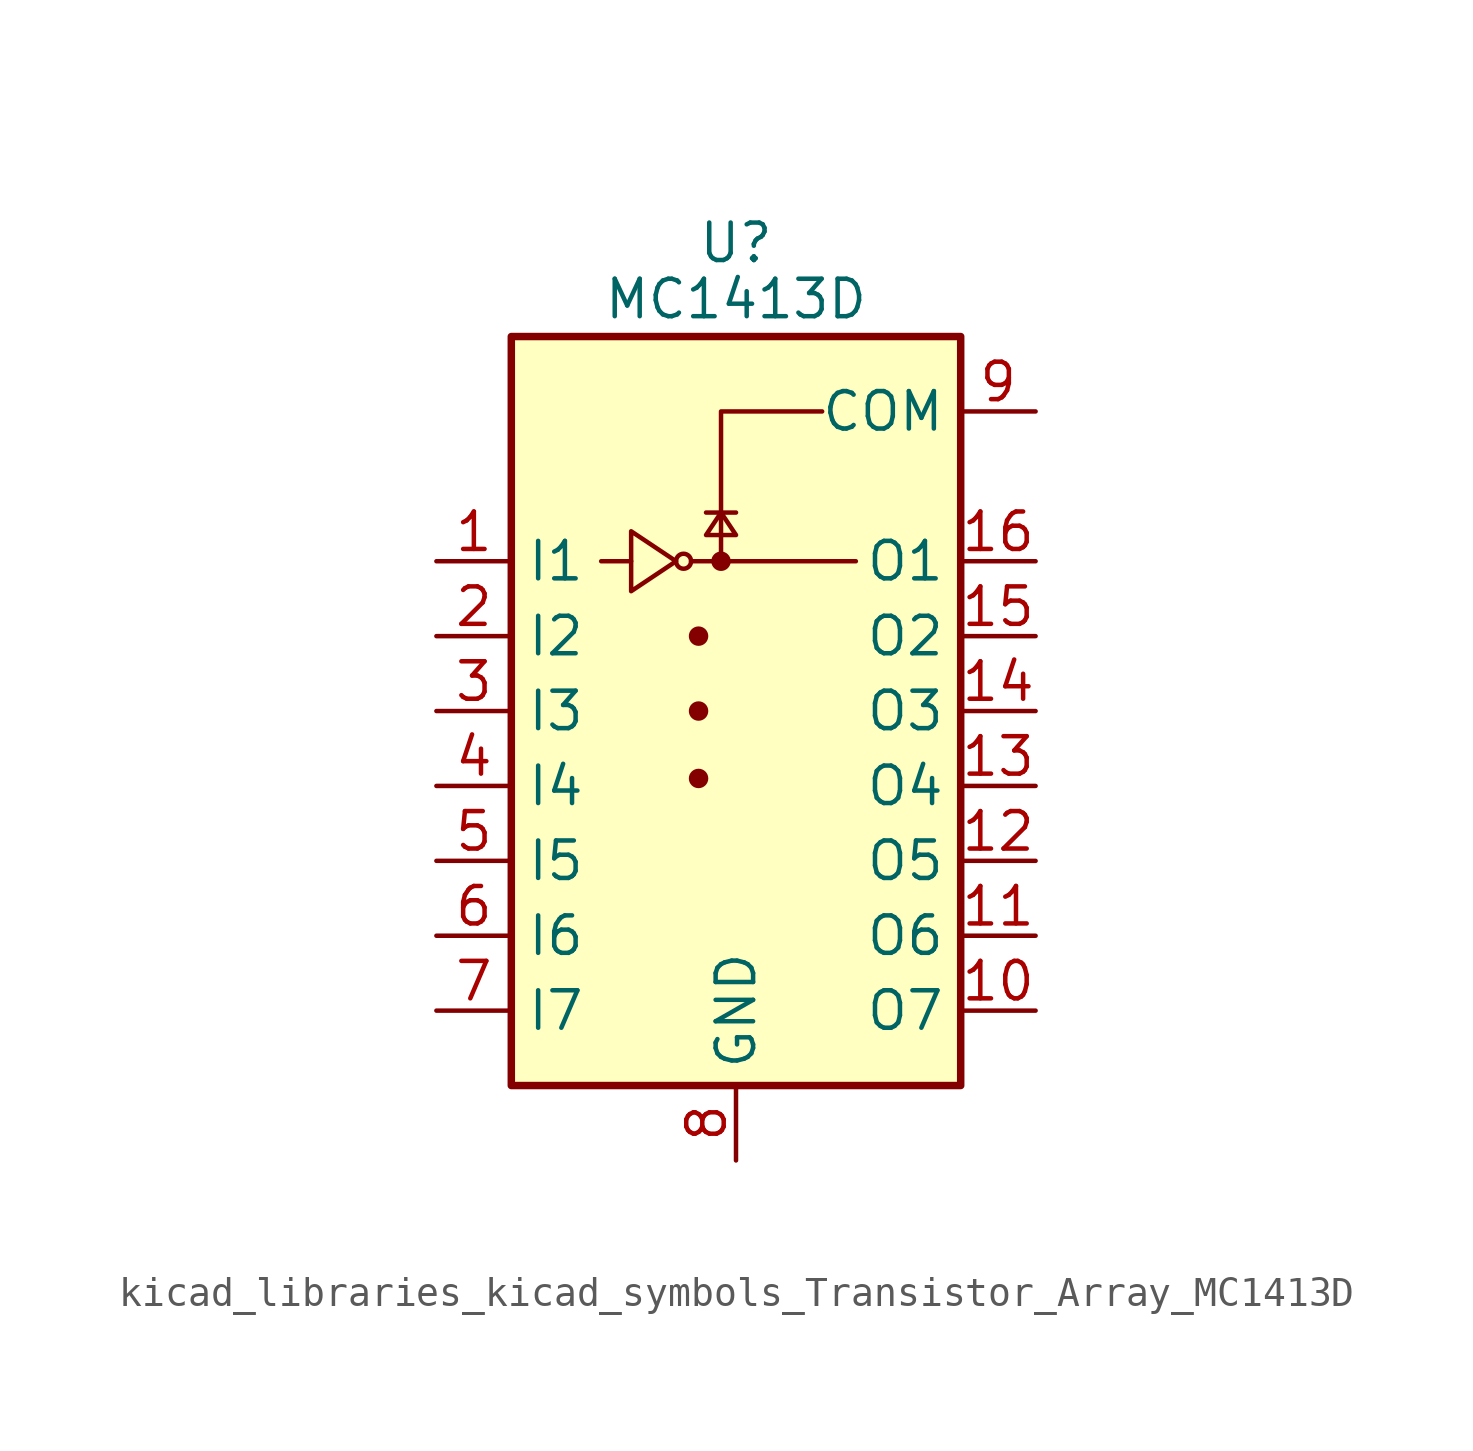
<source format=kicad_sym>
(kicad_symbol_lib
  (version 20220914)
  (generator kicad_symbol_editor)
  (symbol "kicad_libraries_kicad_symbols_Transistor_Array_MC1413D"
    (property "Reference" "U"
      (at 0 15.875 0)
      (effects (font (size 1.27 1.27))))
    (property "Value" "MC1413D"
      (at 0 13.97 0)
      (effects (font (size 1.27 1.27))))
    (symbol "kicad_libraries_kicad_symbols_Transistor_Array_MC1413D_0_1"
      (rectangle (start -7.62 -12.7) (end 7.62 12.7) (stroke (width 0.254) (type default)) (fill (type background)))
      (circle (center -1.778 5.08) (radius 0.254) (stroke (width 0) (type default)) (fill (type none)))
      (circle (center -1.27 -2.286) (radius 0.254) (stroke (width 0) (type default)) (fill (type outline)))
      (circle (center -1.27 0) (radius 0.254) (stroke (width 0) (type default)) (fill (type outline)))
      (circle (center -1.27 2.54) (radius 0.254) (stroke (width 0) (type default)) (fill (type outline)))
      (circle (center -0.508 5.08) (radius 0.254) (stroke (width 0) (type default)) (fill (type outline)))
      (polyline (pts (xy -4.572 5.08) (xy -3.556 5.08)) (stroke (width 0) (type default)) (fill (type none)))
      (polyline (pts (xy -1.524 5.08) (xy 4.064 5.08)) (stroke (width 0) (type default)) (fill (type none)))
      (polyline (pts (xy 0 6.731) (xy -1.016 6.731)) (stroke (width 0) (type default)) (fill (type none)))
      (polyline (pts (xy -0.508 5.08) (xy -0.508 10.16) (xy 2.921 10.16)) (stroke (width 0) (type default)) (fill (type none)))
      (polyline (pts (xy -3.556 6.096) (xy -3.556 4.064) (xy -2.032 5.08) (xy -3.556 6.096)) (stroke (width 0) (type default)) (fill (type none)))
      (polyline (pts (xy 0 5.969) (xy -1.016 5.969) (xy -0.508 6.731) (xy 0 5.969)) (stroke (width 0) (type default)) (fill (type none))))
    (symbol "kicad_libraries_kicad_symbols_Transistor_Array_MC1413D_1_1"
      (pin input line (at -10.16 5.08 0) (length 2.54) (name "I1" (effects (font (size 1.27 1.27)))) (number "1" (effects (font (size 1.27 1.27)))))
      (pin open_collector line (at 10.16 -10.16 180) (length 2.54) (name "O7" (effects (font (size 1.27 1.27)))) (number "10" (effects (font (size 1.27 1.27)))))
      (pin open_collector line (at 10.16 -7.62 180) (length 2.54) (name "O6" (effects (font (size 1.27 1.27)))) (number "11" (effects (font (size 1.27 1.27)))))
      (pin open_collector line (at 10.16 -5.08 180) (length 2.54) (name "O5" (effects (font (size 1.27 1.27)))) (number "12" (effects (font (size 1.27 1.27)))))
      (pin open_collector line (at 10.16 -2.54 180) (length 2.54) (name "O4" (effects (font (size 1.27 1.27)))) (number "13" (effects (font (size 1.27 1.27)))))
      (pin open_collector line (at 10.16 0 180) (length 2.54) (name "O3" (effects (font (size 1.27 1.27)))) (number "14" (effects (font (size 1.27 1.27)))))
      (pin open_collector line (at 10.16 2.54 180) (length 2.54) (name "O2" (effects (font (size 1.27 1.27)))) (number "15" (effects (font (size 1.27 1.27)))))
      (pin open_collector line (at 10.16 5.08 180) (length 2.54) (name "O1" (effects (font (size 1.27 1.27)))) (number "16" (effects (font (size 1.27 1.27)))))
      (pin input line (at -10.16 2.54 0) (length 2.54) (name "I2" (effects (font (size 1.27 1.27)))) (number "2" (effects (font (size 1.27 1.27)))))
      (pin input line (at -10.16 0 0) (length 2.54) (name "I3" (effects (font (size 1.27 1.27)))) (number "3" (effects (font (size 1.27 1.27)))))
      (pin input line (at -10.16 -2.54 0) (length 2.54) (name "I4" (effects (font (size 1.27 1.27)))) (number "4" (effects (font (size 1.27 1.27)))))
      (pin input line (at -10.16 -5.08 0) (length 2.54) (name "I5" (effects (font (size 1.27 1.27)))) (number "5" (effects (font (size 1.27 1.27)))))
      (pin input line (at -10.16 -7.62 0) (length 2.54) (name "I6" (effects (font (size 1.27 1.27)))) (number "6" (effects (font (size 1.27 1.27)))))
      (pin input line (at -10.16 -10.16 0) (length 2.54) (name "I7" (effects (font (size 1.27 1.27)))) (number "7" (effects (font (size 1.27 1.27)))))
      (pin power_in line (at 0 -15.24 90) (length 2.54) (name "GND" (effects (font (size 1.27 1.27)))) (number "8" (effects (font (size 1.27 1.27)))))
      (pin passive line (at 10.16 10.16 180) (length 2.54) (name "COM" (effects (font (size 1.27 1.27)))) (number "9" (effects (font (size 1.27 1.27))))))))
</source>
